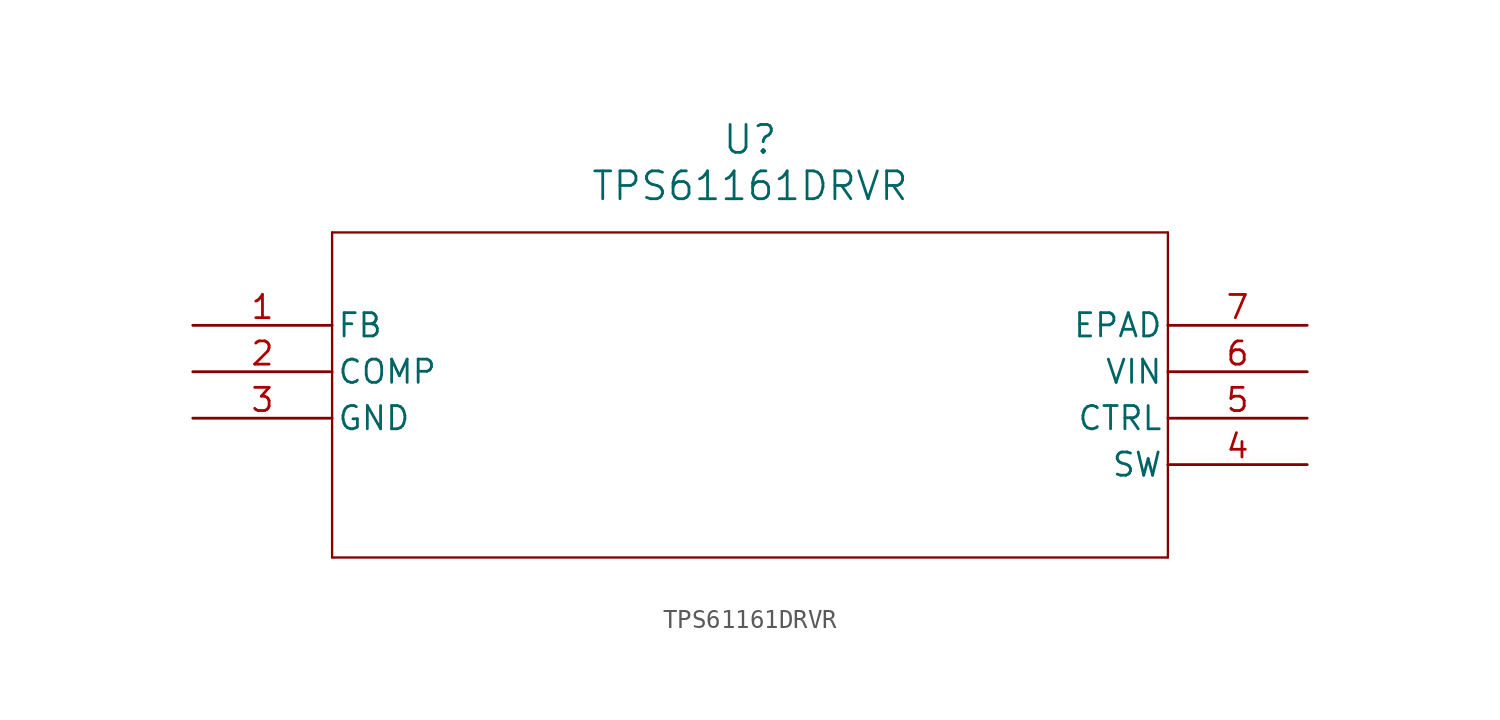
<source format=kicad_sym>
(kicad_symbol_lib
  (version 20241209)
  (generator "kicad_symbol_editor")
  (generator_version "9.0")
  (symbol "TPS61161DRVR"
    (pin_names
      (offset 0.254))
    (property "Reference" "U"
      (at 30.48 10.16 0)
      (effects (font (size 1.524 1.524))))
    (property "Value" "TPS61161DRVR"
      (at 30.48 7.62 0)
      (effects (font (size 1.524 1.524))))
    (property "ki_locked" ""
      (at 0 0 0)
      (effects (font (size 1.27 1.27))))
    (symbol "TPS61161DRVR_0_1"
      (polyline (pts (xy 7.62 5.08) (xy 7.62 -12.7)) (stroke (width 0.127) (type default)) (fill (type none)))
      (polyline (pts (xy 7.62 -12.7) (xy 53.34 -12.7)) (stroke (width 0.127) (type default)) (fill (type none)))
      (polyline (pts (xy 53.34 5.08) (xy 7.62 5.08)) (stroke (width 0.127) (type default)) (fill (type none)))
      (polyline (pts (xy 53.34 -12.7) (xy 53.34 5.08)) (stroke (width 0.127) (type default)) (fill (type none)))
      (pin input line (at 0 0 0) (length 7.62) (name "FB" (effects (font (size 1.27 1.27)))) (number "1" (effects (font (size 1.27 1.27)))))
      (pin output line (at 0 -2.54 0) (length 7.62) (name "COMP" (effects (font (size 1.27 1.27)))) (number "2" (effects (font (size 1.27 1.27)))))
      (pin output line (at 0 -5.08 0) (length 7.62) (name "GND" (effects (font (size 1.27 1.27)))) (number "3" (effects (font (size 1.27 1.27)))))
      (pin unspecified line (at 60.96 0 180) (length 7.62) (name "EPAD" (effects (font (size 1.27 1.27)))) (number "7" (effects (font (size 1.27 1.27)))))
      (pin input line (at 60.96 -2.54 180) (length 7.62) (name "VIN" (effects (font (size 1.27 1.27)))) (number "6" (effects (font (size 1.27 1.27)))))
      (pin input line (at 60.96 -5.08 180) (length 7.62) (name "CTRL" (effects (font (size 1.27 1.27)))) (number "5" (effects (font (size 1.27 1.27)))))
      (pin input line (at 60.96 -7.62 180) (length 7.62) (name "SW" (effects (font (size 1.27 1.27)))) (number "4" (effects (font (size 1.27 1.27))))))))
</source>
